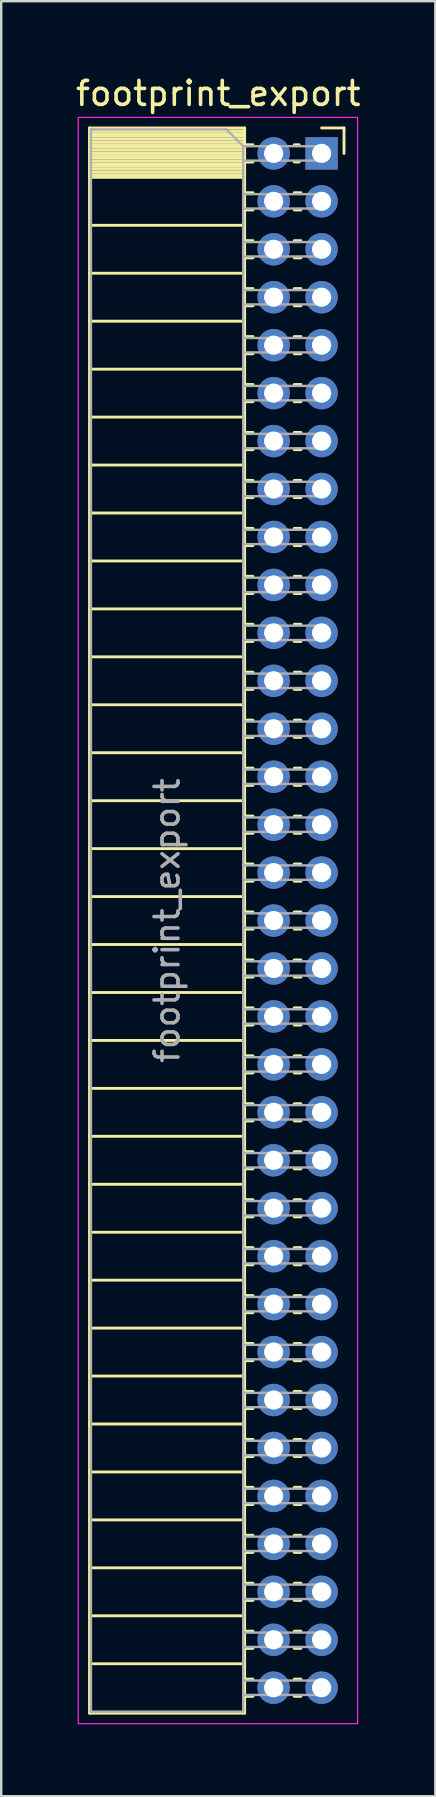
<source format=kicad_pcb>
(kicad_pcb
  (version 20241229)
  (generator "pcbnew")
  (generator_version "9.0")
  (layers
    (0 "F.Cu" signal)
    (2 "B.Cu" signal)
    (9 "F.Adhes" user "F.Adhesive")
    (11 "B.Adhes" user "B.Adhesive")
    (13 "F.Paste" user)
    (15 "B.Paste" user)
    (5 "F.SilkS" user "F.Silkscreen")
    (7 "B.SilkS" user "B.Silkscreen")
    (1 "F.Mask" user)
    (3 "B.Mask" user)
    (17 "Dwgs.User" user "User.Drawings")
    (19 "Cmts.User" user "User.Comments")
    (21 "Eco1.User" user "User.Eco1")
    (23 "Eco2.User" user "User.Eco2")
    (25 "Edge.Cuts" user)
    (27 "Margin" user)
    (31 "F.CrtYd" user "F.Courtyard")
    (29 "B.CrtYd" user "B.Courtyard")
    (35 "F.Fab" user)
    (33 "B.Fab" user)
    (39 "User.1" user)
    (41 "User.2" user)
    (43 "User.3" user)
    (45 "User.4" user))
  (footprint "footprint_export"
    (layer "F.Cu")
    (at 10.364 3.348)
    (property "Reference" "footprint_export" (at -4.31 -2.5 0) (layer "F.SilkS") (effects (font (size 1 1) (thickness 0.15))))
    (attr through_hole)
    (fp_line (start -9.68 -1.06) (end -9.68 65.06) (stroke (width 0.12) (type solid)) (layer "F.SilkS"))
    (fp_line (start -9.68 -1.06) (end -3.21 -1.06) (stroke (width 0.12) (type solid)) (layer "F.SilkS"))
    (fp_line (start -9.68 -0.94) (end -3.21 -0.94) (stroke (width 0.12) (type solid)) (layer "F.SilkS"))
    (fp_line (start -9.68 -0.826) (end -3.21 -0.826) (stroke (width 0.12) (type solid)) (layer "F.SilkS"))
    (fp_line (start -9.68 -0.712) (end -3.21 -0.712) (stroke (width 0.12) (type solid)) (layer "F.SilkS"))
    (fp_line (start -9.68 -0.598) (end -3.21 -0.598) (stroke (width 0.12) (type solid)) (layer "F.SilkS"))
    (fp_line (start -9.68 -0.484) (end -3.21 -0.484) (stroke (width 0.12) (type solid)) (layer "F.SilkS"))
    (fp_line (start -9.68 -0.369) (end -3.21 -0.369) (stroke (width 0.12) (type solid)) (layer "F.SilkS"))
    (fp_line (start -9.68 -0.255) (end -3.21 -0.255) (stroke (width 0.12) (type solid)) (layer "F.SilkS"))
    (fp_line (start -9.68 -0.141) (end -3.21 -0.141) (stroke (width 0.12) (type solid)) (layer "F.SilkS"))
    (fp_line (start -9.68 -0.027) (end -3.21 -0.027) (stroke (width 0.12) (type solid)) (layer "F.SilkS"))
    (fp_line (start -9.68 0.087) (end -3.21 0.087) (stroke (width 0.12) (type solid)) (layer "F.SilkS"))
    (fp_line (start -9.68 0.201) (end -3.21 0.201) (stroke (width 0.12) (type solid)) (layer "F.SilkS"))
    (fp_line (start -9.68 0.315) (end -3.21 0.315) (stroke (width 0.12) (type solid)) (layer "F.SilkS"))
    (fp_line (start -9.68 0.429) (end -3.21 0.429) (stroke (width 0.12) (type solid)) (layer "F.SilkS"))
    (fp_line (start -9.68 0.544) (end -3.21 0.544) (stroke (width 0.12) (type solid)) (layer "F.SilkS"))
    (fp_line (start -9.68 0.658) (end -3.21 0.658) (stroke (width 0.12) (type solid)) (layer "F.SilkS"))
    (fp_line (start -9.68 0.772) (end -3.21 0.772) (stroke (width 0.12) (type solid)) (layer "F.SilkS"))
    (fp_line (start -9.68 0.886) (end -3.21 0.886) (stroke (width 0.12) (type solid)) (layer "F.SilkS"))
    (fp_line (start -9.68 1) (end -3.21 1) (stroke (width 0.12) (type solid)) (layer "F.SilkS"))
    (fp_line (start -9.68 3) (end -3.21 3) (stroke (width 0.12) (type solid)) (layer "F.SilkS"))
    (fp_line (start -9.68 5) (end -3.21 5) (stroke (width 0.12) (type solid)) (layer "F.SilkS"))
    (fp_line (start -9.68 7) (end -3.21 7) (stroke (width 0.12) (type solid)) (layer "F.SilkS"))
    (fp_line (start -9.68 9) (end -3.21 9) (stroke (width 0.12) (type solid)) (layer "F.SilkS"))
    (fp_line (start -9.68 11) (end -3.21 11) (stroke (width 0.12) (type solid)) (layer "F.SilkS"))
    (fp_line (start -9.68 13) (end -3.21 13) (stroke (width 0.12) (type solid)) (layer "F.SilkS"))
    (fp_line (start -9.68 15) (end -3.21 15) (stroke (width 0.12) (type solid)) (layer "F.SilkS"))
    (fp_line (start -9.68 17) (end -3.21 17) (stroke (width 0.12) (type solid)) (layer "F.SilkS"))
    (fp_line (start -9.68 19) (end -3.21 19) (stroke (width 0.12) (type solid)) (layer "F.SilkS"))
    (fp_line (start -9.68 21) (end -3.21 21) (stroke (width 0.12) (type solid)) (layer "F.SilkS"))
    (fp_line (start -9.68 23) (end -3.21 23) (stroke (width 0.12) (type solid)) (layer "F.SilkS"))
    (fp_line (start -9.68 25) (end -3.21 25) (stroke (width 0.12) (type solid)) (layer "F.SilkS"))
    (fp_line (start -9.68 27) (end -3.21 27) (stroke (width 0.12) (type solid)) (layer "F.SilkS"))
    (fp_line (start -9.68 29) (end -3.21 29) (stroke (width 0.12) (type solid)) (layer "F.SilkS"))
    (fp_line (start -9.68 31) (end -3.21 31) (stroke (width 0.12) (type solid)) (layer "F.SilkS"))
    (fp_line (start -9.68 33) (end -3.21 33) (stroke (width 0.12) (type solid)) (layer "F.SilkS"))
    (fp_line (start -9.68 35) (end -3.21 35) (stroke (width 0.12) (type solid)) (layer "F.SilkS"))
    (fp_line (start -9.68 37) (end -3.21 37) (stroke (width 0.12) (type solid)) (layer "F.SilkS"))
    (fp_line (start -9.68 39) (end -3.21 39) (stroke (width 0.12) (type solid)) (layer "F.SilkS"))
    (fp_line (start -9.68 41) (end -3.21 41) (stroke (width 0.12) (type solid)) (layer "F.SilkS"))
    (fp_line (start -9.68 43) (end -3.21 43) (stroke (width 0.12) (type solid)) (layer "F.SilkS"))
    (fp_line (start -9.68 45) (end -3.21 45) (stroke (width 0.12) (type solid)) (layer "F.SilkS"))
    (fp_line (start -9.68 47) (end -3.21 47) (stroke (width 0.12) (type solid)) (layer "F.SilkS"))
    (fp_line (start -9.68 49) (end -3.21 49) (stroke (width 0.12) (type solid)) (layer "F.SilkS"))
    (fp_line (start -9.68 51) (end -3.21 51) (stroke (width 0.12) (type solid)) (layer "F.SilkS"))
    (fp_line (start -9.68 53) (end -3.21 53) (stroke (width 0.12) (type solid)) (layer "F.SilkS"))
    (fp_line (start -9.68 55) (end -3.21 55) (stroke (width 0.12) (type solid)) (layer "F.SilkS"))
    (fp_line (start -9.68 57) (end -3.21 57) (stroke (width 0.12) (type solid)) (layer "F.SilkS"))
    (fp_line (start -9.68 59) (end -3.21 59) (stroke (width 0.12) (type solid)) (layer "F.SilkS"))
    (fp_line (start -9.68 61) (end -3.21 61) (stroke (width 0.12) (type solid)) (layer "F.SilkS"))
    (fp_line (start -9.68 63) (end -3.21 63) (stroke (width 0.12) (type solid)) (layer "F.SilkS"))
    (fp_line (start -9.68 65.06) (end -3.21 65.06) (stroke (width 0.12) (type solid)) (layer "F.SilkS"))
    (fp_line (start -3.21 -1.06) (end -3.21 65.06) (stroke (width 0.12) (type solid)) (layer "F.SilkS"))
    (fp_line (start -3.21 -0.36) (end -2.863 -0.36) (stroke (width 0.12) (type solid)) (layer "F.SilkS"))
    (fp_line (start -3.21 0.36) (end -2.863 0.36) (stroke (width 0.12) (type solid)) (layer "F.SilkS"))
    (fp_line (start -3.21 1.64) (end -2.863 1.64) (stroke (width 0.12) (type solid)) (layer "F.SilkS"))
    (fp_line (start -3.21 2.36) (end -2.863 2.36) (stroke (width 0.12) (type solid)) (layer "F.SilkS"))
    (fp_line (start -3.21 3.64) (end -2.863 3.64) (stroke (width 0.12) (type solid)) (layer "F.SilkS"))
    (fp_line (start -3.21 4.36) (end -2.863 4.36) (stroke (width 0.12) (type solid)) (layer "F.SilkS"))
    (fp_line (start -3.21 5.64) (end -2.863 5.64) (stroke (width 0.12) (type solid)) (layer "F.SilkS"))
    (fp_line (start -3.21 6.36) (end -2.863 6.36) (stroke (width 0.12) (type solid)) (layer "F.SilkS"))
    (fp_line (start -3.21 7.64) (end -2.863 7.64) (stroke (width 0.12) (type solid)) (layer "F.SilkS"))
    (fp_line (start -3.21 8.36) (end -2.863 8.36) (stroke (width 0.12) (type solid)) (layer "F.SilkS"))
    (fp_line (start -3.21 9.64) (end -2.863 9.64) (stroke (width 0.12) (type solid)) (layer "F.SilkS"))
    (fp_line (start -3.21 10.36) (end -2.863 10.36) (stroke (width 0.12) (type solid)) (layer "F.SilkS"))
    (fp_line (start -3.21 11.64) (end -2.863 11.64) (stroke (width 0.12) (type solid)) (layer "F.SilkS"))
    (fp_line (start -3.21 12.36) (end -2.863 12.36) (stroke (width 0.12) (type solid)) (layer "F.SilkS"))
    (fp_line (start -3.21 13.64) (end -2.863 13.64) (stroke (width 0.12) (type solid)) (layer "F.SilkS"))
    (fp_line (start -3.21 14.36) (end -2.863 14.36) (stroke (width 0.12) (type solid)) (layer "F.SilkS"))
    (fp_line (start -3.21 15.64) (end -2.863 15.64) (stroke (width 0.12) (type solid)) (layer "F.SilkS"))
    (fp_line (start -3.21 16.36) (end -2.863 16.36) (stroke (width 0.12) (type solid)) (layer "F.SilkS"))
    (fp_line (start -3.21 17.64) (end -2.863 17.64) (stroke (width 0.12) (type solid)) (layer "F.SilkS"))
    (fp_line (start -3.21 18.36) (end -2.863 18.36) (stroke (width 0.12) (type solid)) (layer "F.SilkS"))
    (fp_line (start -3.21 19.64) (end -2.863 19.64) (stroke (width 0.12) (type solid)) (layer "F.SilkS"))
    (fp_line (start -3.21 20.36) (end -2.863 20.36) (stroke (width 0.12) (type solid)) (layer "F.SilkS"))
    (fp_line (start -3.21 21.64) (end -2.863 21.64) (stroke (width 0.12) (type solid)) (layer "F.SilkS"))
    (fp_line (start -3.21 22.36) (end -2.863 22.36) (stroke (width 0.12) (type solid)) (layer "F.SilkS"))
    (fp_line (start -3.21 23.64) (end -2.863 23.64) (stroke (width 0.12) (type solid)) (layer "F.SilkS"))
    (fp_line (start -3.21 24.36) (end -2.863 24.36) (stroke (width 0.12) (type solid)) (layer "F.SilkS"))
    (fp_line (start -3.21 25.64) (end -2.863 25.64) (stroke (width 0.12) (type solid)) (layer "F.SilkS"))
    (fp_line (start -3.21 26.36) (end -2.863 26.36) (stroke (width 0.12) (type solid)) (layer "F.SilkS"))
    (fp_line (start -3.21 27.64) (end -2.863 27.64) (stroke (width 0.12) (type solid)) (layer "F.SilkS"))
    (fp_line (start -3.21 28.36) (end -2.863 28.36) (stroke (width 0.12) (type solid)) (layer "F.SilkS"))
    (fp_line (start -3.21 29.64) (end -2.863 29.64) (stroke (width 0.12) (type solid)) (layer "F.SilkS"))
    (fp_line (start -3.21 30.36) (end -2.863 30.36) (stroke (width 0.12) (type solid)) (layer "F.SilkS"))
    (fp_line (start -3.21 31.64) (end -2.863 31.64) (stroke (width 0.12) (type solid)) (layer "F.SilkS"))
    (fp_line (start -3.21 32.36) (end -2.863 32.36) (stroke (width 0.12) (type solid)) (layer "F.SilkS"))
    (fp_line (start -3.21 33.64) (end -2.863 33.64) (stroke (width 0.12) (type solid)) (layer "F.SilkS"))
    (fp_line (start -3.21 34.36) (end -2.863 34.36) (stroke (width 0.12) (type solid)) (layer "F.SilkS"))
    (fp_line (start -3.21 35.64) (end -2.863 35.64) (stroke (width 0.12) (type solid)) (layer "F.SilkS"))
    (fp_line (start -3.21 36.36) (end -2.863 36.36) (stroke (width 0.12) (type solid)) (layer "F.SilkS"))
    (fp_line (start -3.21 37.64) (end -2.863 37.64) (stroke (width 0.12) (type solid)) (layer "F.SilkS"))
    (fp_line (start -3.21 38.36) (end -2.863 38.36) (stroke (width 0.12) (type solid)) (layer "F.SilkS"))
    (fp_line (start -3.21 39.64) (end -2.863 39.64) (stroke (width 0.12) (type solid)) (layer "F.SilkS"))
    (fp_line (start -3.21 40.36) (end -2.863 40.36) (stroke (width 0.12) (type solid)) (layer "F.SilkS"))
    (fp_line (start -3.21 41.64) (end -2.863 41.64) (stroke (width 0.12) (type solid)) (layer "F.SilkS"))
    (fp_line (start -3.21 42.36) (end -2.863 42.36) (stroke (width 0.12) (type solid)) (layer "F.SilkS"))
    (fp_line (start -3.21 43.64) (end -2.863 43.64) (stroke (width 0.12) (type solid)) (layer "F.SilkS"))
    (fp_line (start -3.21 44.36) (end -2.863 44.36) (stroke (width 0.12) (type solid)) (layer "F.SilkS"))
    (fp_line (start -3.21 45.64) (end -2.863 45.64) (stroke (width 0.12) (type solid)) (layer "F.SilkS"))
    (fp_line (start -3.21 46.36) (end -2.863 46.36) (stroke (width 0.12) (type solid)) (layer "F.SilkS"))
    (fp_line (start -3.21 47.64) (end -2.863 47.64) (stroke (width 0.12) (type solid)) (layer "F.SilkS"))
    (fp_line (start -3.21 48.36) (end -2.863 48.36) (stroke (width 0.12) (type solid)) (layer "F.SilkS"))
    (fp_line (start -3.21 49.64) (end -2.863 49.64) (stroke (width 0.12) (type solid)) (layer "F.SilkS"))
    (fp_line (start -3.21 50.36) (end -2.863 50.36) (stroke (width 0.12) (type solid)) (layer "F.SilkS"))
    (fp_line (start -3.21 51.64) (end -2.863 51.64) (stroke (width 0.12) (type solid)) (layer "F.SilkS"))
    (fp_line (start -3.21 52.36) (end -2.863 52.36) (stroke (width 0.12) (type solid)) (layer "F.SilkS"))
    (fp_line (start -3.21 53.64) (end -2.863 53.64) (stroke (width 0.12) (type solid)) (layer "F.SilkS"))
    (fp_line (start -3.21 54.36) (end -2.863 54.36) (stroke (width 0.12) (type solid)) (layer "F.SilkS"))
    (fp_line (start -3.21 55.64) (end -2.863 55.64) (stroke (width 0.12) (type solid)) (layer "F.SilkS"))
    (fp_line (start -3.21 56.36) (end -2.863 56.36) (stroke (width 0.12) (type solid)) (layer "F.SilkS"))
    (fp_line (start -3.21 57.64) (end -2.863 57.64) (stroke (width 0.12) (type solid)) (layer "F.SilkS"))
    (fp_line (start -3.21 58.36) (end -2.863 58.36) (stroke (width 0.12) (type solid)) (layer "F.SilkS"))
    (fp_line (start -3.21 59.64) (end -2.863 59.64) (stroke (width 0.12) (type solid)) (layer "F.SilkS"))
    (fp_line (start -3.21 60.36) (end -2.863 60.36) (stroke (width 0.12) (type solid)) (layer "F.SilkS"))
    (fp_line (start -3.21 61.64) (end -2.863 61.64) (stroke (width 0.12) (type solid)) (layer "F.SilkS"))
    (fp_line (start -3.21 62.36) (end -2.863 62.36) (stroke (width 0.12) (type solid)) (layer "F.SilkS"))
    (fp_line (start -3.21 63.64) (end -2.863 63.64) (stroke (width 0.12) (type solid)) (layer "F.SilkS"))
    (fp_line (start -3.21 64.36) (end -2.863 64.36) (stroke (width 0.12) (type solid)) (layer "F.SilkS"))
    (fp_line (start -1.137 -0.36) (end -0.935 -0.36) (stroke (width 0.12) (type solid)) (layer "F.SilkS"))
    (fp_line (start -1.137 0.36) (end -0.935 0.36) (stroke (width 0.12) (type solid)) (layer "F.SilkS"))
    (fp_line (start -1.137 1.64) (end -0.863 1.64) (stroke (width 0.12) (type solid)) (layer "F.SilkS"))
    (fp_line (start -1.137 2.36) (end -0.863 2.36) (stroke (width 0.12) (type solid)) (layer "F.SilkS"))
    (fp_line (start -1.137 3.64) (end -0.863 3.64) (stroke (width 0.12) (type solid)) (layer "F.SilkS"))
    (fp_line (start -1.137 4.36) (end -0.863 4.36) (stroke (width 0.12) (type solid)) (layer "F.SilkS"))
    (fp_line (start -1.137 5.64) (end -0.863 5.64) (stroke (width 0.12) (type solid)) (layer "F.SilkS"))
    (fp_line (start -1.137 6.36) (end -0.863 6.36) (stroke (width 0.12) (type solid)) (layer "F.SilkS"))
    (fp_line (start -1.137 7.64) (end -0.863 7.64) (stroke (width 0.12) (type solid)) (layer "F.SilkS"))
    (fp_line (start -1.137 8.36) (end -0.863 8.36) (stroke (width 0.12) (type solid)) (layer "F.SilkS"))
    (fp_line (start -1.137 9.64) (end -0.863 9.64) (stroke (width 0.12) (type solid)) (layer "F.SilkS"))
    (fp_line (start -1.137 10.36) (end -0.863 10.36) (stroke (width 0.12) (type solid)) (layer "F.SilkS"))
    (fp_line (start -1.137 11.64) (end -0.863 11.64) (stroke (width 0.12) (type solid)) (layer "F.SilkS"))
    (fp_line (start -1.137 12.36) (end -0.863 12.36) (stroke (width 0.12) (type solid)) (layer "F.SilkS"))
    (fp_line (start -1.137 13.64) (end -0.863 13.64) (stroke (width 0.12) (type solid)) (layer "F.SilkS"))
    (fp_line (start -1.137 14.36) (end -0.863 14.36) (stroke (width 0.12) (type solid)) (layer "F.SilkS"))
    (fp_line (start -1.137 15.64) (end -0.863 15.64) (stroke (width 0.12) (type solid)) (layer "F.SilkS"))
    (fp_line (start -1.137 16.36) (end -0.863 16.36) (stroke (width 0.12) (type solid)) (layer "F.SilkS"))
    (fp_line (start -1.137 17.64) (end -0.863 17.64) (stroke (width 0.12) (type solid)) (layer "F.SilkS"))
    (fp_line (start -1.137 18.36) (end -0.863 18.36) (stroke (width 0.12) (type solid)) (layer "F.SilkS"))
    (fp_line (start -1.137 19.64) (end -0.863 19.64) (stroke (width 0.12) (type solid)) (layer "F.SilkS"))
    (fp_line (start -1.137 20.36) (end -0.863 20.36) (stroke (width 0.12) (type solid)) (layer "F.SilkS"))
    (fp_line (start -1.137 21.64) (end -0.863 21.64) (stroke (width 0.12) (type solid)) (layer "F.SilkS"))
    (fp_line (start -1.137 22.36) (end -0.863 22.36) (stroke (width 0.12) (type solid)) (layer "F.SilkS"))
    (fp_line (start -1.137 23.64) (end -0.863 23.64) (stroke (width 0.12) (type solid)) (layer "F.SilkS"))
    (fp_line (start -1.137 24.36) (end -0.863 24.36) (stroke (width 0.12) (type solid)) (layer "F.SilkS"))
    (fp_line (start -1.137 25.64) (end -0.863 25.64) (stroke (width 0.12) (type solid)) (layer "F.SilkS"))
    (fp_line (start -1.137 26.36) (end -0.863 26.36) (stroke (width 0.12) (type solid)) (layer "F.SilkS"))
    (fp_line (start -1.137 27.64) (end -0.863 27.64) (stroke (width 0.12) (type solid)) (layer "F.SilkS"))
    (fp_line (start -1.137 28.36) (end -0.863 28.36) (stroke (width 0.12) (type solid)) (layer "F.SilkS"))
    (fp_line (start -1.137 29.64) (end -0.863 29.64) (stroke (width 0.12) (type solid)) (layer "F.SilkS"))
    (fp_line (start -1.137 30.36) (end -0.863 30.36) (stroke (width 0.12) (type solid)) (layer "F.SilkS"))
    (fp_line (start -1.137 31.64) (end -0.863 31.64) (stroke (width 0.12) (type solid)) (layer "F.SilkS"))
    (fp_line (start -1.137 32.36) (end -0.863 32.36) (stroke (width 0.12) (type solid)) (layer "F.SilkS"))
    (fp_line (start -1.137 33.64) (end -0.863 33.64) (stroke (width 0.12) (type solid)) (layer "F.SilkS"))
    (fp_line (start -1.137 34.36) (end -0.863 34.36) (stroke (width 0.12) (type solid)) (layer "F.SilkS"))
    (fp_line (start -1.137 35.64) (end -0.863 35.64) (stroke (width 0.12) (type solid)) (layer "F.SilkS"))
    (fp_line (start -1.137 36.36) (end -0.863 36.36) (stroke (width 0.12) (type solid)) (layer "F.SilkS"))
    (fp_line (start -1.137 37.64) (end -0.863 37.64) (stroke (width 0.12) (type solid)) (layer "F.SilkS"))
    (fp_line (start -1.137 38.36) (end -0.863 38.36) (stroke (width 0.12) (type solid)) (layer "F.SilkS"))
    (fp_line (start -1.137 39.64) (end -0.863 39.64) (stroke (width 0.12) (type solid)) (layer "F.SilkS"))
    (fp_line (start -1.137 40.36) (end -0.863 40.36) (stroke (width 0.12) (type solid)) (layer "F.SilkS"))
    (fp_line (start -1.137 41.64) (end -0.863 41.64) (stroke (width 0.12) (type solid)) (layer "F.SilkS"))
    (fp_line (start -1.137 42.36) (end -0.863 42.36) (stroke (width 0.12) (type solid)) (layer "F.SilkS"))
    (fp_line (start -1.137 43.64) (end -0.863 43.64) (stroke (width 0.12) (type solid)) (layer "F.SilkS"))
    (fp_line (start -1.137 44.36) (end -0.863 44.36) (stroke (width 0.12) (type solid)) (layer "F.SilkS"))
    (fp_line (start -1.137 45.64) (end -0.863 45.64) (stroke (width 0.12) (type solid)) (layer "F.SilkS"))
    (fp_line (start -1.137 46.36) (end -0.863 46.36) (stroke (width 0.12) (type solid)) (layer "F.SilkS"))
    (fp_line (start -1.137 47.64) (end -0.863 47.64) (stroke (width 0.12) (type solid)) (layer "F.SilkS"))
    (fp_line (start -1.137 48.36) (end -0.863 48.36) (stroke (width 0.12) (type solid)) (layer "F.SilkS"))
    (fp_line (start -1.137 49.64) (end -0.863 49.64) (stroke (width 0.12) (type solid)) (layer "F.SilkS"))
    (fp_line (start -1.137 50.36) (end -0.863 50.36) (stroke (width 0.12) (type solid)) (layer "F.SilkS"))
    (fp_line (start -1.137 51.64) (end -0.863 51.64) (stroke (width 0.12) (type solid)) (layer "F.SilkS"))
    (fp_line (start -1.137 52.36) (end -0.863 52.36) (stroke (width 0.12) (type solid)) (layer "F.SilkS"))
    (fp_line (start -1.137 53.64) (end -0.863 53.64) (stroke (width 0.12) (type solid)) (layer "F.SilkS"))
    (fp_line (start -1.137 54.36) (end -0.863 54.36) (stroke (width 0.12) (type solid)) (layer "F.SilkS"))
    (fp_line (start -1.137 55.64) (end -0.863 55.64) (stroke (width 0.12) (type solid)) (layer "F.SilkS"))
    (fp_line (start -1.137 56.36) (end -0.863 56.36) (stroke (width 0.12) (type solid)) (layer "F.SilkS"))
    (fp_line (start -1.137 57.64) (end -0.863 57.64) (stroke (width 0.12) (type solid)) (layer "F.SilkS"))
    (fp_line (start -1.137 58.36) (end -0.863 58.36) (stroke (width 0.12) (type solid)) (layer "F.SilkS"))
    (fp_line (start -1.137 59.64) (end -0.863 59.64) (stroke (width 0.12) (type solid)) (layer "F.SilkS"))
    (fp_line (start -1.137 60.36) (end -0.863 60.36) (stroke (width 0.12) (type solid)) (layer "F.SilkS"))
    (fp_line (start -1.137 61.64) (end -0.863 61.64) (stroke (width 0.12) (type solid)) (layer "F.SilkS"))
    (fp_line (start -1.137 62.36) (end -0.863 62.36) (stroke (width 0.12) (type solid)) (layer "F.SilkS"))
    (fp_line (start -1.137 63.64) (end -0.863 63.64) (stroke (width 0.12) (type solid)) (layer "F.SilkS"))
    (fp_line (start -1.137 64.36) (end -0.863 64.36) (stroke (width 0.12) (type solid)) (layer "F.SilkS"))
    (fp_line (start 0 -1.06) (end 0.935 -1.06) (stroke (width 0.12) (type solid)) (layer "F.SilkS"))
    (fp_line (start 0.935 -1.06) (end 0.935 0) (stroke (width 0.12) (type solid)) (layer "F.SilkS"))
    (fp_line (start -10.15 -1.5) (end -10.15 65.5) (stroke (width 0.05) (type solid)) (layer "F.CrtYd"))
    (fp_line (start -10.15 65.5) (end 1.5 65.5) (stroke (width 0.05) (type solid)) (layer "F.CrtYd"))
    (fp_line (start 1.5 -1.5) (end -10.15 -1.5) (stroke (width 0.05) (type solid)) (layer "F.CrtYd"))
    (fp_line (start 1.5 65.5) (end 1.5 -1.5) (stroke (width 0.05) (type solid)) (layer "F.CrtYd"))
    (fp_line (start -9.62 -1) (end -3.97 -1) (stroke (width 0.1) (type solid)) (layer "F.Fab"))
    (fp_line (start -9.62 65) (end -9.62 -1) (stroke (width 0.1) (type solid)) (layer "F.Fab"))
    (fp_line (start -3.97 -1) (end -3.27 -0.3) (stroke (width 0.1) (type solid)) (layer "F.Fab"))
    (fp_line (start -3.27 -0.3) (end -3.27 65) (stroke (width 0.1) (type solid)) (layer "F.Fab"))
    (fp_line (start -3.27 0.3) (end 0 0.3) (stroke (width 0.1) (type solid)) (layer "F.Fab"))
    (fp_line (start -3.27 2.3) (end 0 2.3) (stroke (width 0.1) (type solid)) (layer "F.Fab"))
    (fp_line (start -3.27 4.3) (end 0 4.3) (stroke (width 0.1) (type solid)) (layer "F.Fab"))
    (fp_line (start -3.27 6.3) (end 0 6.3) (stroke (width 0.1) (type solid)) (layer "F.Fab"))
    (fp_line (start -3.27 8.3) (end 0 8.3) (stroke (width 0.1) (type solid)) (layer "F.Fab"))
    (fp_line (start -3.27 10.3) (end 0 10.3) (stroke (width 0.1) (type solid)) (layer "F.Fab"))
    (fp_line (start -3.27 12.3) (end 0 12.3) (stroke (width 0.1) (type solid)) (layer "F.Fab"))
    (fp_line (start -3.27 14.3) (end 0 14.3) (stroke (width 0.1) (type solid)) (layer "F.Fab"))
    (fp_line (start -3.27 16.3) (end 0 16.3) (stroke (width 0.1) (type solid)) (layer "F.Fab"))
    (fp_line (start -3.27 18.3) (end 0 18.3) (stroke (width 0.1) (type solid)) (layer "F.Fab"))
    (fp_line (start -3.27 20.3) (end 0 20.3) (stroke (width 0.1) (type solid)) (layer "F.Fab"))
    (fp_line (start -3.27 22.3) (end 0 22.3) (stroke (width 0.1) (type solid)) (layer "F.Fab"))
    (fp_line (start -3.27 24.3) (end 0 24.3) (stroke (width 0.1) (type solid)) (layer "F.Fab"))
    (fp_line (start -3.27 26.3) (end 0 26.3) (stroke (width 0.1) (type solid)) (layer "F.Fab"))
    (fp_line (start -3.27 28.3) (end 0 28.3) (stroke (width 0.1) (type solid)) (layer "F.Fab"))
    (fp_line (start -3.27 30.3) (end 0 30.3) (stroke (width 0.1) (type solid)) (layer "F.Fab"))
    (fp_line (start -3.27 32.3) (end 0 32.3) (stroke (width 0.1) (type solid)) (layer "F.Fab"))
    (fp_line (start -3.27 34.3) (end 0 34.3) (stroke (width 0.1) (type solid)) (layer "F.Fab"))
    (fp_line (start -3.27 36.3) (end 0 36.3) (stroke (width 0.1) (type solid)) (layer "F.Fab"))
    (fp_line (start -3.27 38.3) (end 0 38.3) (stroke (width 0.1) (type solid)) (layer "F.Fab"))
    (fp_line (start -3.27 40.3) (end 0 40.3) (stroke (width 0.1) (type solid)) (layer "F.Fab"))
    (fp_line (start -3.27 42.3) (end 0 42.3) (stroke (width 0.1) (type solid)) (layer "F.Fab"))
    (fp_line (start -3.27 44.3) (end 0 44.3) (stroke (width 0.1) (type solid)) (layer "F.Fab"))
    (fp_line (start -3.27 46.3) (end 0 46.3) (stroke (width 0.1) (type solid)) (layer "F.Fab"))
    (fp_line (start -3.27 48.3) (end 0 48.3) (stroke (width 0.1) (type solid)) (layer "F.Fab"))
    (fp_line (start -3.27 50.3) (end 0 50.3) (stroke (width 0.1) (type solid)) (layer "F.Fab"))
    (fp_line (start -3.27 52.3) (end 0 52.3) (stroke (width 0.1) (type solid)) (layer "F.Fab"))
    (fp_line (start -3.27 54.3) (end 0 54.3) (stroke (width 0.1) (type solid)) (layer "F.Fab"))
    (fp_line (start -3.27 56.3) (end 0 56.3) (stroke (width 0.1) (type solid)) (layer "F.Fab"))
    (fp_line (start -3.27 58.3) (end 0 58.3) (stroke (width 0.1) (type solid)) (layer "F.Fab"))
    (fp_line (start -3.27 60.3) (end 0 60.3) (stroke (width 0.1) (type solid)) (layer "F.Fab"))
    (fp_line (start -3.27 62.3) (end 0 62.3) (stroke (width 0.1) (type solid)) (layer "F.Fab"))
    (fp_line (start -3.27 64.3) (end 0 64.3) (stroke (width 0.1) (type solid)) (layer "F.Fab"))
    (fp_line (start -3.27 65) (end -9.62 65) (stroke (width 0.1) (type solid)) (layer "F.Fab"))
    (fp_line (start 0 -0.3) (end -3.27 -0.3) (stroke (width 0.1) (type solid)) (layer "F.Fab"))
    (fp_line (start 0 0.3) (end 0 -0.3) (stroke (width 0.1) (type solid)) (layer "F.Fab"))
    (fp_line (start 0 1.7) (end -3.27 1.7) (stroke (width 0.1) (type solid)) (layer "F.Fab"))
    (fp_line (start 0 2.3) (end 0 1.7) (stroke (width 0.1) (type solid)) (layer "F.Fab"))
    (fp_line (start 0 3.7) (end -3.27 3.7) (stroke (width 0.1) (type solid)) (layer "F.Fab"))
    (fp_line (start 0 4.3) (end 0 3.7) (stroke (width 0.1) (type solid)) (layer "F.Fab"))
    (fp_line (start 0 5.7) (end -3.27 5.7) (stroke (width 0.1) (type solid)) (layer "F.Fab"))
    (fp_line (start 0 6.3) (end 0 5.7) (stroke (width 0.1) (type solid)) (layer "F.Fab"))
    (fp_line (start 0 7.7) (end -3.27 7.7) (stroke (width 0.1) (type solid)) (layer "F.Fab"))
    (fp_line (start 0 8.3) (end 0 7.7) (stroke (width 0.1) (type solid)) (layer "F.Fab"))
    (fp_line (start 0 9.7) (end -3.27 9.7) (stroke (width 0.1) (type solid)) (layer "F.Fab"))
    (fp_line (start 0 10.3) (end 0 9.7) (stroke (width 0.1) (type solid)) (layer "F.Fab"))
    (fp_line (start 0 11.7) (end -3.27 11.7) (stroke (width 0.1) (type solid)) (layer "F.Fab"))
    (fp_line (start 0 12.3) (end 0 11.7) (stroke (width 0.1) (type solid)) (layer "F.Fab"))
    (fp_line (start 0 13.7) (end -3.27 13.7) (stroke (width 0.1) (type solid)) (layer "F.Fab"))
    (fp_line (start 0 14.3) (end 0 13.7) (stroke (width 0.1) (type solid)) (layer "F.Fab"))
    (fp_line (start 0 15.7) (end -3.27 15.7) (stroke (width 0.1) (type solid)) (layer "F.Fab"))
    (fp_line (start 0 16.3) (end 0 15.7) (stroke (width 0.1) (type solid)) (layer "F.Fab"))
    (fp_line (start 0 17.7) (end -3.27 17.7) (stroke (width 0.1) (type solid)) (layer "F.Fab"))
    (fp_line (start 0 18.3) (end 0 17.7) (stroke (width 0.1) (type solid)) (layer "F.Fab"))
    (fp_line (start 0 19.7) (end -3.27 19.7) (stroke (width 0.1) (type solid)) (layer "F.Fab"))
    (fp_line (start 0 20.3) (end 0 19.7) (stroke (width 0.1) (type solid)) (layer "F.Fab"))
    (fp_line (start 0 21.7) (end -3.27 21.7) (stroke (width 0.1) (type solid)) (layer "F.Fab"))
    (fp_line (start 0 22.3) (end 0 21.7) (stroke (width 0.1) (type solid)) (layer "F.Fab"))
    (fp_line (start 0 23.7) (end -3.27 23.7) (stroke (width 0.1) (type solid)) (layer "F.Fab"))
    (fp_line (start 0 24.3) (end 0 23.7) (stroke (width 0.1) (type solid)) (layer "F.Fab"))
    (fp_line (start 0 25.7) (end -3.27 25.7) (stroke (width 0.1) (type solid)) (layer "F.Fab"))
    (fp_line (start 0 26.3) (end 0 25.7) (stroke (width 0.1) (type solid)) (layer "F.Fab"))
    (fp_line (start 0 27.7) (end -3.27 27.7) (stroke (width 0.1) (type solid)) (layer "F.Fab"))
    (fp_line (start 0 28.3) (end 0 27.7) (stroke (width 0.1) (type solid)) (layer "F.Fab"))
    (fp_line (start 0 29.7) (end -3.27 29.7) (stroke (width 0.1) (type solid)) (layer "F.Fab"))
    (fp_line (start 0 30.3) (end 0 29.7) (stroke (width 0.1) (type solid)) (layer "F.Fab"))
    (fp_line (start 0 31.7) (end -3.27 31.7) (stroke (width 0.1) (type solid)) (layer "F.Fab"))
    (fp_line (start 0 32.3) (end 0 31.7) (stroke (width 0.1) (type solid)) (layer "F.Fab"))
    (fp_line (start 0 33.7) (end -3.27 33.7) (stroke (width 0.1) (type solid)) (layer "F.Fab"))
    (fp_line (start 0 34.3) (end 0 33.7) (stroke (width 0.1) (type solid)) (layer "F.Fab"))
    (fp_line (start 0 35.7) (end -3.27 35.7) (stroke (width 0.1) (type solid)) (layer "F.Fab"))
    (fp_line (start 0 36.3) (end 0 35.7) (stroke (width 0.1) (type solid)) (layer "F.Fab"))
    (fp_line (start 0 37.7) (end -3.27 37.7) (stroke (width 0.1) (type solid)) (layer "F.Fab"))
    (fp_line (start 0 38.3) (end 0 37.7) (stroke (width 0.1) (type solid)) (layer "F.Fab"))
    (fp_line (start 0 39.7) (end -3.27 39.7) (stroke (width 0.1) (type solid)) (layer "F.Fab"))
    (fp_line (start 0 40.3) (end 0 39.7) (stroke (width 0.1) (type solid)) (layer "F.Fab"))
    (fp_line (start 0 41.7) (end -3.27 41.7) (stroke (width 0.1) (type solid)) (layer "F.Fab"))
    (fp_line (start 0 42.3) (end 0 41.7) (stroke (width 0.1) (type solid)) (layer "F.Fab"))
    (fp_line (start 0 43.7) (end -3.27 43.7) (stroke (width 0.1) (type solid)) (layer "F.Fab"))
    (fp_line (start 0 44.3) (end 0 43.7) (stroke (width 0.1) (type solid)) (layer "F.Fab"))
    (fp_line (start 0 45.7) (end -3.27 45.7) (stroke (width 0.1) (type solid)) (layer "F.Fab"))
    (fp_line (start 0 46.3) (end 0 45.7) (stroke (width 0.1) (type solid)) (layer "F.Fab"))
    (fp_line (start 0 47.7) (end -3.27 47.7) (stroke (width 0.1) (type solid)) (layer "F.Fab"))
    (fp_line (start 0 48.3) (end 0 47.7) (stroke (width 0.1) (type solid)) (layer "F.Fab"))
    (fp_line (start 0 49.7) (end -3.27 49.7) (stroke (width 0.1) (type solid)) (layer "F.Fab"))
    (fp_line (start 0 50.3) (end 0 49.7) (stroke (width 0.1) (type solid)) (layer "F.Fab"))
    (fp_line (start 0 51.7) (end -3.27 51.7) (stroke (width 0.1) (type solid)) (layer "F.Fab"))
    (fp_line (start 0 52.3) (end 0 51.7) (stroke (width 0.1) (type solid)) (layer "F.Fab"))
    (fp_line (start 0 53.7) (end -3.27 53.7) (stroke (width 0.1) (type solid)) (layer "F.Fab"))
    (fp_line (start 0 54.3) (end 0 53.7) (stroke (width 0.1) (type solid)) (layer "F.Fab"))
    (fp_line (start 0 55.7) (end -3.27 55.7) (stroke (width 0.1) (type solid)) (layer "F.Fab"))
    (fp_line (start 0 56.3) (end 0 55.7) (stroke (width 0.1) (type solid)) (layer "F.Fab"))
    (fp_line (start 0 57.7) (end -3.27 57.7) (stroke (width 0.1) (type solid)) (layer "F.Fab"))
    (fp_line (start 0 58.3) (end 0 57.7) (stroke (width 0.1) (type solid)) (layer "F.Fab"))
    (fp_line (start 0 59.7) (end -3.27 59.7) (stroke (width 0.1) (type solid)) (layer "F.Fab"))
    (fp_line (start 0 60.3) (end 0 59.7) (stroke (width 0.1) (type solid)) (layer "F.Fab"))
    (fp_line (start 0 61.7) (end -3.27 61.7) (stroke (width 0.1) (type solid)) (layer "F.Fab"))
    (fp_line (start 0 62.3) (end 0 61.7) (stroke (width 0.1) (type solid)) (layer "F.Fab"))
    (fp_line (start 0 63.7) (end -3.27 63.7) (stroke (width 0.1) (type solid)) (layer "F.Fab"))
    (fp_line (start 0 64.3) (end 0 63.7) (stroke (width 0.1) (type solid)) (layer "F.Fab"))
    (fp_text user "${REFERENCE}" (at -6.445 32 90) (layer "F.Fab") (effects (font (size 1 1) (thickness 0.15))))
    (pad "1" thru_hole rect (at 0 0) (size 1.35 1.35) (drill 0.8) (layers "*.Cu" "*.Mask"))
    (pad "2" thru_hole oval (at -2 0) (size 1.35 1.35) (drill 0.8) (layers "*.Cu" "*.Mask"))
    (pad "3" thru_hole oval (at 0 2) (size 1.35 1.35) (drill 0.8) (layers "*.Cu" "*.Mask"))
    (pad "4" thru_hole oval (at -2 2) (size 1.35 1.35) (drill 0.8) (layers "*.Cu" "*.Mask"))
    (pad "5" thru_hole oval (at 0 4) (size 1.35 1.35) (drill 0.8) (layers "*.Cu" "*.Mask"))
    (pad "6" thru_hole oval (at -2 4) (size 1.35 1.35) (drill 0.8) (layers "*.Cu" "*.Mask"))
    (pad "7" thru_hole oval (at 0 6) (size 1.35 1.35) (drill 0.8) (layers "*.Cu" "*.Mask"))
    (pad "8" thru_hole oval (at -2 6) (size 1.35 1.35) (drill 0.8) (layers "*.Cu" "*.Mask"))
    (pad "9" thru_hole oval (at 0 8) (size 1.35 1.35) (drill 0.8) (layers "*.Cu" "*.Mask"))
    (pad "10" thru_hole oval (at -2 8) (size 1.35 1.35) (drill 0.8) (layers "*.Cu" "*.Mask"))
    (pad "11" thru_hole oval (at 0 10) (size 1.35 1.35) (drill 0.8) (layers "*.Cu" "*.Mask"))
    (pad "12" thru_hole oval (at -2 10) (size 1.35 1.35) (drill 0.8) (layers "*.Cu" "*.Mask"))
    (pad "13" thru_hole oval (at 0 12) (size 1.35 1.35) (drill 0.8) (layers "*.Cu" "*.Mask"))
    (pad "14" thru_hole oval (at -2 12) (size 1.35 1.35) (drill 0.8) (layers "*.Cu" "*.Mask"))
    (pad "15" thru_hole oval (at 0 14) (size 1.35 1.35) (drill 0.8) (layers "*.Cu" "*.Mask"))
    (pad "16" thru_hole oval (at -2 14) (size 1.35 1.35) (drill 0.8) (layers "*.Cu" "*.Mask"))
    (pad "17" thru_hole oval (at 0 16) (size 1.35 1.35) (drill 0.8) (layers "*.Cu" "*.Mask"))
    (pad "18" thru_hole oval (at -2 16) (size 1.35 1.35) (drill 0.8) (layers "*.Cu" "*.Mask"))
    (pad "19" thru_hole oval (at 0 18) (size 1.35 1.35) (drill 0.8) (layers "*.Cu" "*.Mask"))
    (pad "20" thru_hole oval (at -2 18) (size 1.35 1.35) (drill 0.8) (layers "*.Cu" "*.Mask"))
    (pad "21" thru_hole oval (at 0 20) (size 1.35 1.35) (drill 0.8) (layers "*.Cu" "*.Mask"))
    (pad "22" thru_hole oval (at -2 20) (size 1.35 1.35) (drill 0.8) (layers "*.Cu" "*.Mask"))
    (pad "23" thru_hole oval (at 0 22) (size 1.35 1.35) (drill 0.8) (layers "*.Cu" "*.Mask"))
    (pad "24" thru_hole oval (at -2 22) (size 1.35 1.35) (drill 0.8) (layers "*.Cu" "*.Mask"))
    (pad "25" thru_hole oval (at 0 24) (size 1.35 1.35) (drill 0.8) (layers "*.Cu" "*.Mask"))
    (pad "26" thru_hole oval (at -2 24) (size 1.35 1.35) (drill 0.8) (layers "*.Cu" "*.Mask"))
    (pad "27" thru_hole oval (at 0 26) (size 1.35 1.35) (drill 0.8) (layers "*.Cu" "*.Mask"))
    (pad "28" thru_hole oval (at -2 26) (size 1.35 1.35) (drill 0.8) (layers "*.Cu" "*.Mask"))
    (pad "29" thru_hole oval (at 0 28) (size 1.35 1.35) (drill 0.8) (layers "*.Cu" "*.Mask"))
    (pad "30" thru_hole oval (at -2 28) (size 1.35 1.35) (drill 0.8) (layers "*.Cu" "*.Mask"))
    (pad "31" thru_hole oval (at 0 30) (size 1.35 1.35) (drill 0.8) (layers "*.Cu" "*.Mask"))
    (pad "32" thru_hole oval (at -2 30) (size 1.35 1.35) (drill 0.8) (layers "*.Cu" "*.Mask"))
    (pad "33" thru_hole oval (at 0 32) (size 1.35 1.35) (drill 0.8) (layers "*.Cu" "*.Mask"))
    (pad "34" thru_hole oval (at -2 32) (size 1.35 1.35) (drill 0.8) (layers "*.Cu" "*.Mask"))
    (pad "35" thru_hole oval (at 0 34) (size 1.35 1.35) (drill 0.8) (layers "*.Cu" "*.Mask"))
    (pad "36" thru_hole oval (at -2 34) (size 1.35 1.35) (drill 0.8) (layers "*.Cu" "*.Mask"))
    (pad "37" thru_hole oval (at 0 36) (size 1.35 1.35) (drill 0.8) (layers "*.Cu" "*.Mask"))
    (pad "38" thru_hole oval (at -2 36) (size 1.35 1.35) (drill 0.8) (layers "*.Cu" "*.Mask"))
    (pad "39" thru_hole oval (at 0 38) (size 1.35 1.35) (drill 0.8) (layers "*.Cu" "*.Mask"))
    (pad "40" thru_hole oval (at -2 38) (size 1.35 1.35) (drill 0.8) (layers "*.Cu" "*.Mask"))
    (pad "41" thru_hole oval (at 0 40) (size 1.35 1.35) (drill 0.8) (layers "*.Cu" "*.Mask"))
    (pad "42" thru_hole oval (at -2 40) (size 1.35 1.35) (drill 0.8) (layers "*.Cu" "*.Mask"))
    (pad "43" thru_hole oval (at 0 42) (size 1.35 1.35) (drill 0.8) (layers "*.Cu" "*.Mask"))
    (pad "44" thru_hole oval (at -2 42) (size 1.35 1.35) (drill 0.8) (layers "*.Cu" "*.Mask"))
    (pad "45" thru_hole oval (at 0 44) (size 1.35 1.35) (drill 0.8) (layers "*.Cu" "*.Mask"))
    (pad "46" thru_hole oval (at -2 44) (size 1.35 1.35) (drill 0.8) (layers "*.Cu" "*.Mask"))
    (pad "47" thru_hole oval (at 0 46) (size 1.35 1.35) (drill 0.8) (layers "*.Cu" "*.Mask"))
    (pad "48" thru_hole oval (at -2 46) (size 1.35 1.35) (drill 0.8) (layers "*.Cu" "*.Mask"))
    (pad "49" thru_hole oval (at 0 48) (size 1.35 1.35) (drill 0.8) (layers "*.Cu" "*.Mask"))
    (pad "50" thru_hole oval (at -2 48) (size 1.35 1.35) (drill 0.8) (layers "*.Cu" "*.Mask"))
    (pad "51" thru_hole oval (at 0 50) (size 1.35 1.35) (drill 0.8) (layers "*.Cu" "*.Mask"))
    (pad "52" thru_hole oval (at -2 50) (size 1.35 1.35) (drill 0.8) (layers "*.Cu" "*.Mask"))
    (pad "53" thru_hole oval (at 0 52) (size 1.35 1.35) (drill 0.8) (layers "*.Cu" "*.Mask"))
    (pad "54" thru_hole oval (at -2 52) (size 1.35 1.35) (drill 0.8) (layers "*.Cu" "*.Mask"))
    (pad "55" thru_hole oval (at 0 54) (size 1.35 1.35) (drill 0.8) (layers "*.Cu" "*.Mask"))
    (pad "56" thru_hole oval (at -2 54) (size 1.35 1.35) (drill 0.8) (layers "*.Cu" "*.Mask"))
    (pad "57" thru_hole oval (at 0 56) (size 1.35 1.35) (drill 0.8) (layers "*.Cu" "*.Mask"))
    (pad "58" thru_hole oval (at -2 56) (size 1.35 1.35) (drill 0.8) (layers "*.Cu" "*.Mask"))
    (pad "59" thru_hole oval (at 0 58) (size 1.35 1.35) (drill 0.8) (layers "*.Cu" "*.Mask"))
    (pad "60" thru_hole oval (at -2 58) (size 1.35 1.35) (drill 0.8) (layers "*.Cu" "*.Mask"))
    (pad "61" thru_hole oval (at 0 60) (size 1.35 1.35) (drill 0.8) (layers "*.Cu" "*.Mask"))
    (pad "62" thru_hole oval (at -2 60) (size 1.35 1.35) (drill 0.8) (layers "*.Cu" "*.Mask"))
    (pad "63" thru_hole oval (at 0 62) (size 1.35 1.35) (drill 0.8) (layers "*.Cu" "*.Mask"))
    (pad "64" thru_hole oval (at -2 62) (size 1.35 1.35) (drill 0.8) (layers "*.Cu" "*.Mask"))
    (pad "65" thru_hole oval (at 0 64) (size 1.35 1.35) (drill 0.8) (layers "*.Cu" "*.Mask"))
    (pad "66" thru_hole oval (at -2 64) (size 1.35 1.35) (drill 0.8) (layers "*.Cu" "*.Mask")))
  (gr_rect
    (start -3 -3)
    (end 15.107 71.873)
    (stroke (width 0.1) (type default))
    (fill no)
    (layer "Edge.Cuts")))
</source>
